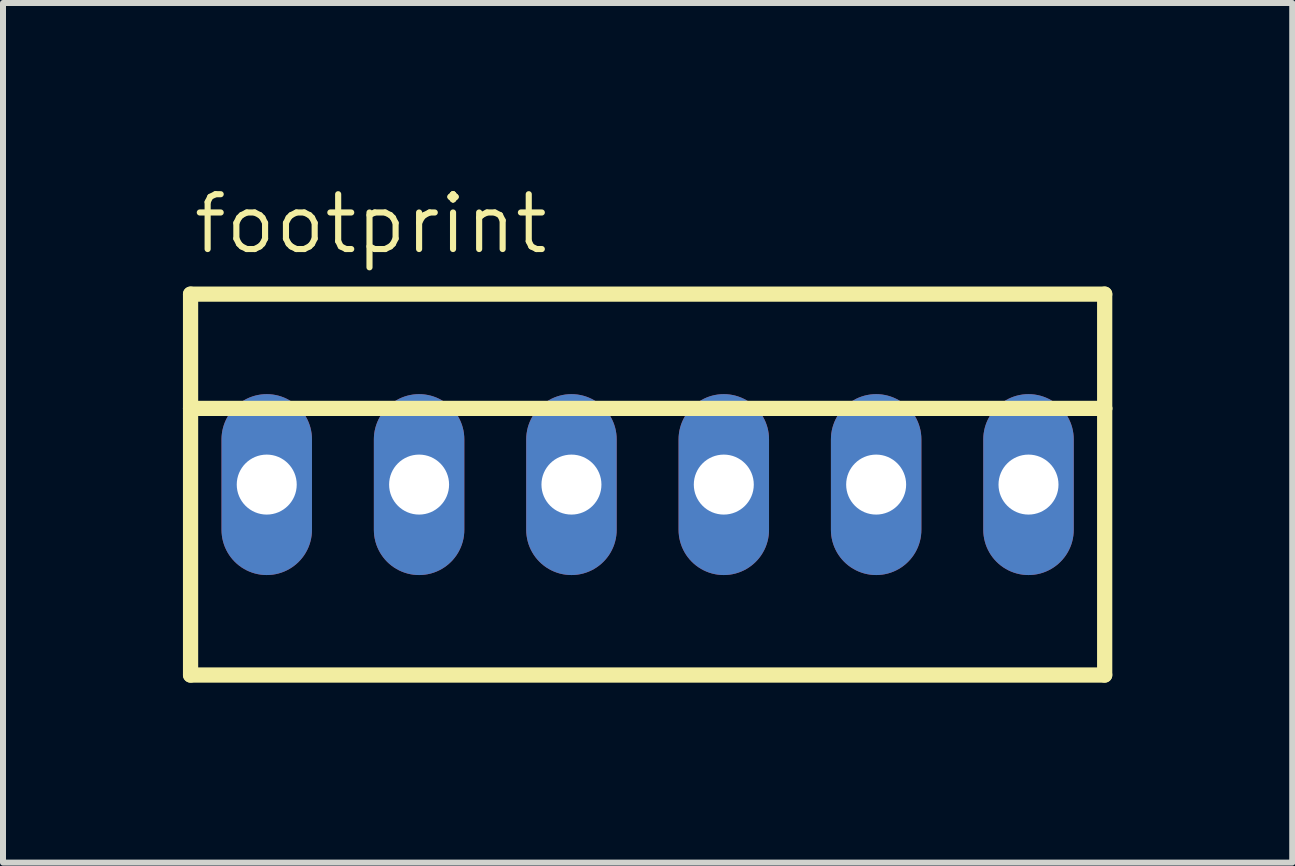
<source format=kicad_pcb>
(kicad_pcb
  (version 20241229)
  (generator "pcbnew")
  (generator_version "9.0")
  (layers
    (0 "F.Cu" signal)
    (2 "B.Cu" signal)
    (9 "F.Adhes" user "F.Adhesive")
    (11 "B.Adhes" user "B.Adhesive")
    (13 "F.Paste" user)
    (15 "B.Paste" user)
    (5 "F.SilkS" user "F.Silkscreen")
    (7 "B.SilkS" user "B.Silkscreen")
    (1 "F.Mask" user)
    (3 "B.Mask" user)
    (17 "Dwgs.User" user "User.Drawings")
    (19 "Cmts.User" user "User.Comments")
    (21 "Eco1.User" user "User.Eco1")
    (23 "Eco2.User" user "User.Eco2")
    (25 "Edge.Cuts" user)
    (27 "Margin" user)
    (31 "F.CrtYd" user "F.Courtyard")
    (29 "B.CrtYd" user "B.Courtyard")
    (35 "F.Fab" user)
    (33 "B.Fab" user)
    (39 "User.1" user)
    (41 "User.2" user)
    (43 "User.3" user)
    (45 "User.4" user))
  (footprint "footprint"
    (layer "F.Cu")
    (at 7.747 5.029)
    (property "Reference" "footprint" (at -7.62 -3.81 0) (layer "F.SilkS") (effects (font (size 0.914 0.914) (thickness 0.102)) (justify left bottom)))
    (fp_line (start -7.62 -3.175) (end 7.62 -3.175) (stroke (width 0.254) (type solid)) (layer "F.SilkS"))
    (fp_line (start -7.62 -1.27) (end -7.62 -3.175) (stroke (width 0.254) (type solid)) (layer "F.SilkS"))
    (fp_line (start -7.62 -1.27) (end 7.62 -1.27) (stroke (width 0.254) (type solid)) (layer "F.SilkS"))
    (fp_line (start -7.62 3.175) (end -7.62 -1.27) (stroke (width 0.254) (type solid)) (layer "F.SilkS"))
    (fp_line (start 7.62 -3.175) (end 7.62 -1.27) (stroke (width 0.254) (type solid)) (layer "F.SilkS"))
    (fp_line (start 7.62 -1.27) (end 7.62 3.175) (stroke (width 0.254) (type solid)) (layer "F.SilkS"))
    (fp_line (start 7.62 3.175) (end -7.62 3.175) (stroke (width 0.254) (type solid)) (layer "F.SilkS"))
    (pad "1" thru_hole oval (at -6.35 0 90) (size 3.016 1.508) (drill 1) (layers "*.Cu" "*.Mask"))
    (pad "2" thru_hole oval (at -3.81 0 90) (size 3.016 1.508) (drill 1) (layers "*.Cu" "*.Mask"))
    (pad "3" thru_hole oval (at -1.27 0 90) (size 3.016 1.508) (drill 1) (layers "*.Cu" "*.Mask"))
    (pad "4" thru_hole oval (at 1.27 0 90) (size 3.016 1.508) (drill 1) (layers "*.Cu" "*.Mask"))
    (pad "5" thru_hole oval (at 3.81 0 90) (size 3.016 1.508) (drill 1) (layers "*.Cu" "*.Mask"))
    (pad "6" thru_hole oval (at 6.35 0 90) (size 3.016 1.508) (drill 1) (layers "*.Cu" "*.Mask")))
  (gr_rect
    (start -3 -3)
    (end 18.494 11.331)
    (stroke (width 0.1) (type default))
    (fill no)
    (layer "Edge.Cuts")))
</source>
